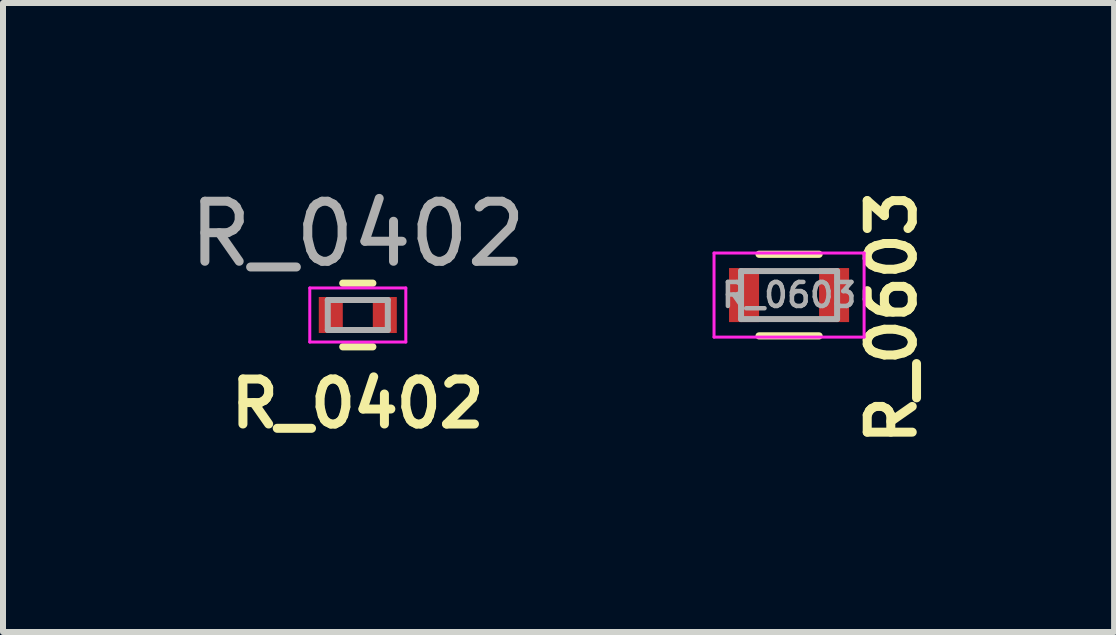
<source format=kicad_pcb>
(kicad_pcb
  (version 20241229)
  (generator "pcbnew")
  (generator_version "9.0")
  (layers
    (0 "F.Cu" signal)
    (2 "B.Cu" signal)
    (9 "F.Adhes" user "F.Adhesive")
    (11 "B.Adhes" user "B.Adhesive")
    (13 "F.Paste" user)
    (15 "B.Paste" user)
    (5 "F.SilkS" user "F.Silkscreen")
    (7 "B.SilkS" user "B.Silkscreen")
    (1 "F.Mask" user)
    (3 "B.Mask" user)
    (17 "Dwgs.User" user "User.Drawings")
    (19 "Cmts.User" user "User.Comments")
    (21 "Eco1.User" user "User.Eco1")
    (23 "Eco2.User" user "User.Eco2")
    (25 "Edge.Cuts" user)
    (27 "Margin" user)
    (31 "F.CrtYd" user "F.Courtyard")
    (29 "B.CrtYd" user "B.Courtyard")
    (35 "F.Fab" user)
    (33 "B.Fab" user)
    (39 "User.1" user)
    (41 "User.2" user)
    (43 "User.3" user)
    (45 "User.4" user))
  (footprint "R_0603"
    (layer "F.Cu")
    (at 10.096 1.866)
    (property "Reference" "R_0603" (at 1.713 0.373 270) (layer "F.SilkS") (effects (font (size 0.75 0.75) (thickness 0.15))))
    (attr smd)
    (fp_line (start -0.5 -0.68) (end 0.5 -0.68) (stroke (width 0.12) (type solid)) (layer "F.SilkS"))
    (fp_line (start 0.5 0.68) (end -0.5 0.68) (stroke (width 0.12) (type solid)) (layer "F.SilkS"))
    (fp_line (start -1.25 -0.7) (end -1.25 0.7) (stroke (width 0.05) (type solid)) (layer "F.CrtYd"))
    (fp_line (start -1.25 -0.7) (end 1.25 -0.7) (stroke (width 0.05) (type solid)) (layer "F.CrtYd"))
    (fp_line (start 1.25 0.7) (end -1.25 0.7) (stroke (width 0.05) (type solid)) (layer "F.CrtYd"))
    (fp_line (start 1.25 0.7) (end 1.25 -0.7) (stroke (width 0.05) (type solid)) (layer "F.CrtYd"))
    (fp_line (start -0.8 -0.4) (end 0.8 -0.4) (stroke (width 0.1) (type solid)) (layer "F.Fab"))
    (fp_line (start -0.8 0.4) (end -0.8 -0.4) (stroke (width 0.1) (type solid)) (layer "F.Fab"))
    (fp_line (start 0.8 -0.4) (end 0.8 0.4) (stroke (width 0.1) (type solid)) (layer "F.Fab"))
    (fp_line (start 0.8 0.4) (end -0.8 0.4) (stroke (width 0.1) (type solid)) (layer "F.Fab"))
    (fp_text user "${REFERENCE}" (at 0 0 0) (layer "F.Fab") (effects (font (size 0.4 0.4) (thickness 0.075))))
    (pad "1" smd rect (at -0.75 0) (size 0.5 0.9) (layers "F.Cu" "F.Mask" "F.Paste"))
    (pad "2" smd rect (at 0.75 0) (size 0.5 0.9) (layers "F.Cu" "F.Mask" "F.Paste")))
  (footprint "R_0402"
    (layer "F.Cu")
    (at 2.911 2.198)
    (property "Reference" "R_0402" (at -0.003 1.477 180) (layer "F.SilkS") (effects (font (size 0.75 0.75) (thickness 0.15))))
    (attr smd)
    (fp_line (start -0.25 0.53) (end 0.25 0.53) (stroke (width 0.12) (type solid)) (layer "F.SilkS"))
    (fp_line (start 0.25 -0.53) (end -0.25 -0.53) (stroke (width 0.12) (type solid)) (layer "F.SilkS"))
    (fp_line (start -0.8 -0.45) (end -0.8 0.45) (stroke (width 0.05) (type solid)) (layer "F.CrtYd"))
    (fp_line (start -0.8 -0.45) (end 0.8 -0.45) (stroke (width 0.05) (type solid)) (layer "F.CrtYd"))
    (fp_line (start 0.8 0.45) (end -0.8 0.45) (stroke (width 0.05) (type solid)) (layer "F.CrtYd"))
    (fp_line (start 0.8 0.45) (end 0.8 -0.45) (stroke (width 0.05) (type solid)) (layer "F.CrtYd"))
    (fp_line (start -0.5 -0.25) (end 0.5 -0.25) (stroke (width 0.1) (type solid)) (layer "F.Fab"))
    (fp_line (start -0.5 0.25) (end -0.5 -0.25) (stroke (width 0.1) (type solid)) (layer "F.Fab"))
    (fp_line (start 0.5 -0.25) (end 0.5 0.25) (stroke (width 0.1) (type solid)) (layer "F.Fab"))
    (fp_line (start 0.5 0.25) (end -0.5 0.25) (stroke (width 0.1) (type solid)) (layer "F.Fab"))
    (fp_text user "${REFERENCE}" (at 0 -1.35 0) (layer "F.Fab") (effects (font (size 1 1) (thickness 0.15))))
    (pad "1" smd rect (at -0.45 0) (size 0.4 0.6) (layers "F.Cu" "F.Mask" "F.Paste"))
    (pad "2" smd rect (at 0.45 0) (size 0.4 0.6) (layers "F.Cu" "F.Mask" "F.Paste")))
  (gr_rect
    (start -3 -3)
    (end 15.511 7.479)
    (stroke (width 0.1) (type default))
    (fill no)
    (layer "Edge.Cuts")))
</source>
